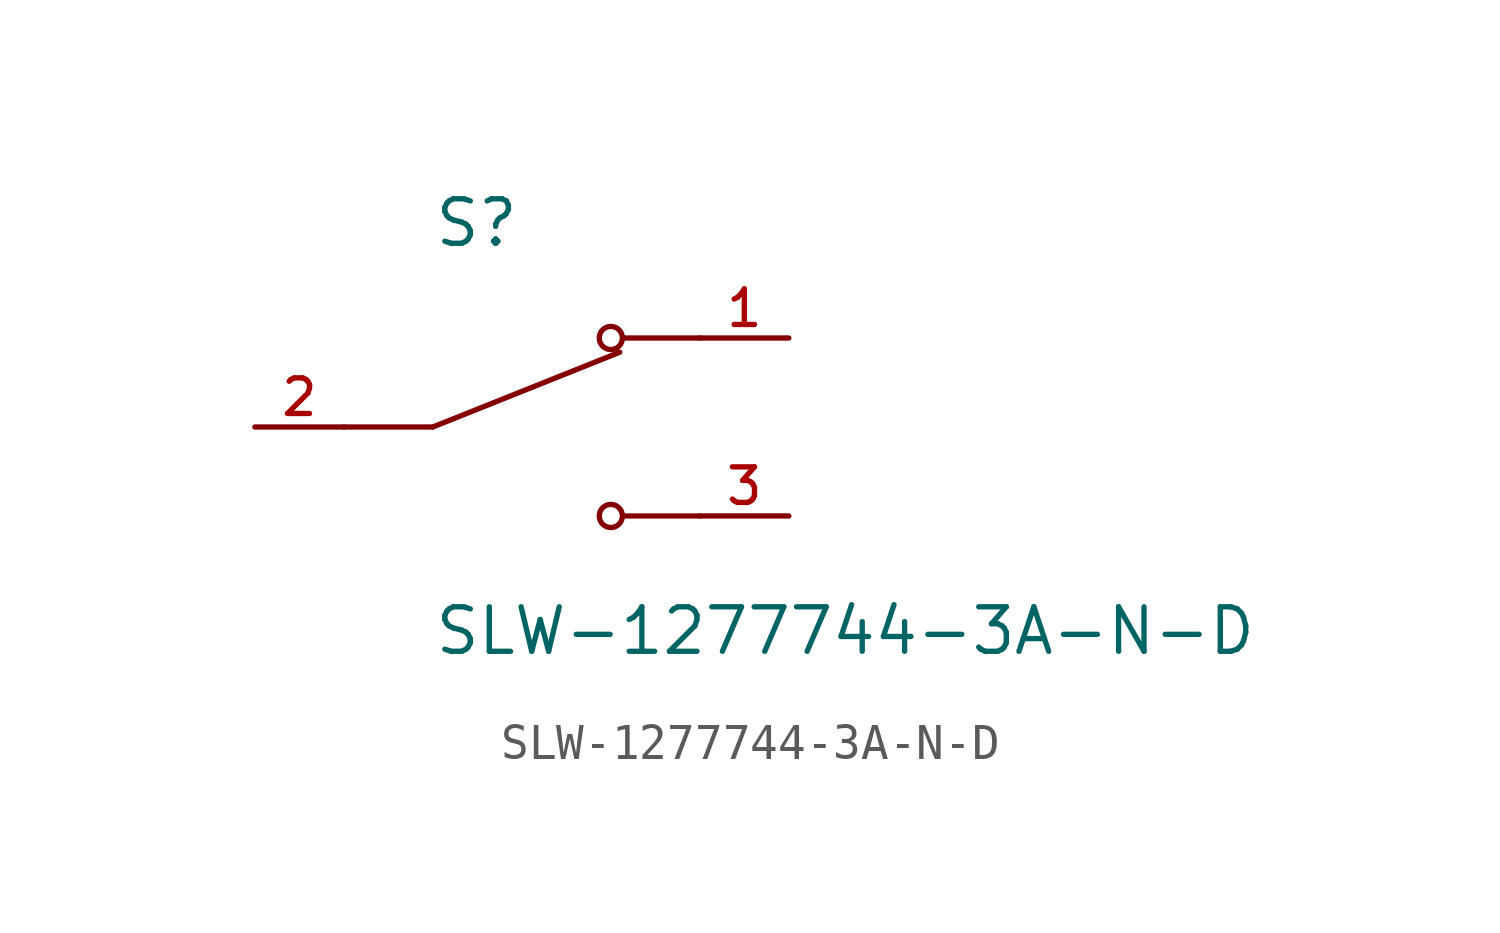
<source format=kicad_sym>
(kicad_symbol_lib
  (version 20211014)
  (generator kicad_symbol_editor)
  (symbol "SLW-1277744-3A-N-D"
    (pin_names
      (offset 1.016))
    (property "Reference" "S"
      (at -5.08 5.08 0)
      (effects (font (size 1.27 1.27)) (justify bottom left)))
    (property "Value" "SLW-1277744-3A-N-D"
      (at -5.08 -5.08 0)
      (effects (font (size 1.27 1.27)) (justify top left)))
    (symbol "SLW-1277744-3A-N-D_0_0"
      (polyline (pts (xy -5.08 0.0) (xy 0.254 2.134)) (stroke (width 0.152)))
      (circle (center 0.0 2.54) (radius 0.33) (stroke (width 0.152)) (fill (type none)))
      (circle (center 0.0 -2.54) (radius 0.33) (stroke (width 0.152)) (fill (type none)))
      (polyline (pts (xy 2.54 -2.54) (xy 0.381 -2.54)) (stroke (width 0.152)))
      (polyline (pts (xy 2.54 2.54) (xy 0.381 2.54)) (stroke (width 0.152)))
      (polyline (pts (xy -5.08 0.0) (xy -7.62 0.0)) (stroke (width 0.152)))
      (pin passive line (at 5.08 2.54 180.0) (length 2.54) (name "~" (effects (font (size 1.016 1.016)))) (number "1" (effects (font (size 1.016 1.016)))))
      (pin passive line (at -10.16 0.0 0) (length 2.54) (name "~" (effects (font (size 1.016 1.016)))) (number "2" (effects (font (size 1.016 1.016)))))
      (pin passive line (at 5.08 -2.54 180.0) (length 2.54) (name "~" (effects (font (size 1.016 1.016)))) (number "3" (effects (font (size 1.016 1.016))))))))
</source>
